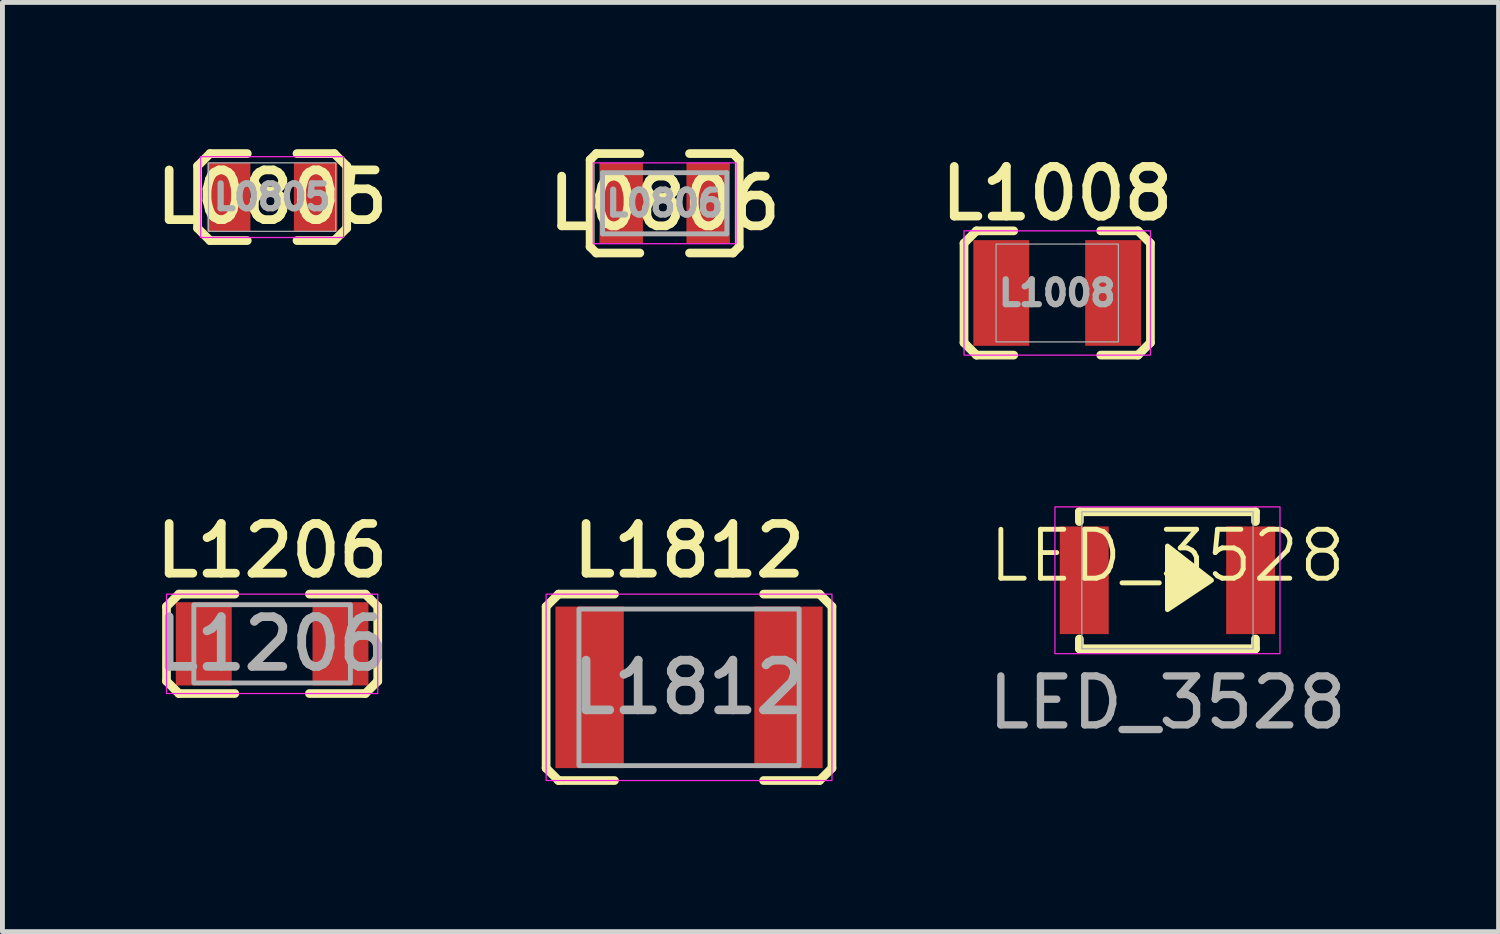
<source format=kicad_pcb>
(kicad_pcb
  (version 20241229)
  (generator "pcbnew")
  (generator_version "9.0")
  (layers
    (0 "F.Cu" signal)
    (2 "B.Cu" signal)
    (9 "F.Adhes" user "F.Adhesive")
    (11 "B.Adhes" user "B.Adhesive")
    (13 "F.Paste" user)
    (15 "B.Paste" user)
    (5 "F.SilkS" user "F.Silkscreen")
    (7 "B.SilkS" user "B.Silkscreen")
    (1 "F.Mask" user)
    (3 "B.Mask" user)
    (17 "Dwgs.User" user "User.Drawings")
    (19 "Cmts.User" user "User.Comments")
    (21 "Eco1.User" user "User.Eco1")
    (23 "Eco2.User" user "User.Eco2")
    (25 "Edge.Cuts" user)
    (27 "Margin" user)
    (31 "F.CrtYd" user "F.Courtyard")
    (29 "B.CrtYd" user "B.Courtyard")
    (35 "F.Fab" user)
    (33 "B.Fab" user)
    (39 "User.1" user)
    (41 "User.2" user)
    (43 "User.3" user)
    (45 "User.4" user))
  (footprint "LED_3528"
    (layer "F.Cu")
    (at 20.811 8.81)
    (property "Reference" "LED_3528" (at 0 -0.5 0) (unlocked yes) (layer "F.SilkS") (effects (font (size 1 1) (thickness 0.1))))
    (attr smd)
    (fp_line (start -1.8 -1.4) (end -1.8 -1.2) (stroke (width 0.178) (type solid)) (layer "F.SilkS"))
    (fp_line (start -1.8 1.2) (end -1.8 1.4) (stroke (width 0.178) (type solid)) (layer "F.SilkS"))
    (fp_line (start -1.8 1.4) (end 1.8 1.4) (stroke (width 0.178) (type solid)) (layer "F.SilkS"))
    (fp_line (start 1.8 -1.4) (end -1.8 -1.4) (stroke (width 0.178) (type solid)) (layer "F.SilkS"))
    (fp_line (start 1.8 -1.2) (end 1.8 -1.4) (stroke (width 0.178) (type solid)) (layer "F.SilkS"))
    (fp_line (start 1.8 1.4) (end 1.8 1.2) (stroke (width 0.178) (type solid)) (layer "F.SilkS"))
    (fp_poly (pts (xy 0 -0.7) (xy 0 0.6) (xy 0.9 0)) (stroke (width 0.1) (type solid)) (fill yes) (layer "F.SilkS"))
    (fp_rect (start -2.3 -1.5) (end 2.3 1.5) (stroke (width 0.025) (type solid)) (fill no) (layer "F.CrtYd"))
    (fp_rect (start -1.75 -1.4) (end 1.75 1.4) (stroke (width 0.025) (type solid)) (fill no) (layer "F.Fab"))
    (fp_text user "${REFERENCE}" (at 0 2.5 0) (unlocked yes) (layer "F.Fab") (effects (font (size 1 1) (thickness 0.15))))
    (pad "A" smd rect (at -1.7 0) (size 1 2.2) (layers "F.Cu" "F.Mask" "F.Paste"))
    (pad "K" smd rect (at 1.7 0) (size 1 2.2) (layers "F.Cu" "F.Mask" "F.Paste")))
  (footprint "L0805"
    (layer "F.Cu")
    (at 2.512 0.978)
    (property "Reference" "L0805" (at 0 0 0) (layer "F.SilkS") (effects (font (size 1.016 1.016) (thickness 0.178))))
    (attr smd)
    (fp_line (start -1.524 -0.635) (end -1.524 0.635) (stroke (width 0.178) (type solid)) (layer "F.SilkS"))
    (fp_line (start -1.524 -0.635) (end -1.27 -0.889) (stroke (width 0.178) (type solid)) (layer "F.SilkS"))
    (fp_line (start -1.524 0.635) (end -1.27 0.889) (stroke (width 0.178) (type solid)) (layer "F.SilkS"))
    (fp_line (start -1.27 -0.889) (end -0.508 -0.889) (stroke (width 0.178) (type solid)) (layer "F.SilkS"))
    (fp_line (start -1.27 0.889) (end -0.508 0.889) (stroke (width 0.178) (type solid)) (layer "F.SilkS"))
    (fp_line (start 0.508 -0.889) (end 1.27 -0.889) (stroke (width 0.178) (type solid)) (layer "F.SilkS"))
    (fp_line (start 0.508 0.889) (end 1.27 0.889) (stroke (width 0.178) (type solid)) (layer "F.SilkS"))
    (fp_line (start 1.27 -0.889) (end 1.524 -0.635) (stroke (width 0.178) (type solid)) (layer "F.SilkS"))
    (fp_line (start 1.27 0.889) (end 1.524 0.635) (stroke (width 0.178) (type solid)) (layer "F.SilkS"))
    (fp_line (start 1.524 -0.635) (end 1.524 0.635) (stroke (width 0.178) (type solid)) (layer "F.SilkS"))
    (fp_rect (start -1.46 -0.826) (end 1.46 0.826) (stroke (width 0.025) (type solid)) (fill no) (layer "F.CrtYd"))
    (fp_rect (start -1.3 -0.7) (end 1.3 0.7) (stroke (width 0.025) (type solid)) (fill no) (layer "F.Fab"))
    (fp_text user "${REFERENCE}" (at 0 0 0) (layer "F.Fab") (effects (font (size 0.508 0.508) (thickness 0.127))))
    (pad "1" smd rect (at -0.889 0) (size 0.889 1.397) (layers "F.Cu" "F.Mask" "F.Paste"))
    (pad "2" smd rect (at 0.889 0) (size 0.889 1.397) (layers "F.Cu" "F.Mask" "F.Paste"))
    (zone (net_name "") (layer "F.Cu") (hatch full 0.5) (connect_pads) (min_thickness 0.25) (filled_areas_thickness no) (keepout (tracks allowed) (vias allowed) (pads allowed) (copperpour not_allowed) (footprints allowed)) (placement (enabled no)) (fill) (polygon (pts (xy 2.312 0.278) (xy 2.312 1.678) (xy 2.712 1.678) (xy 2.712 0.278)))))
  (footprint "L0806"
    (layer "F.Cu")
    (at 10.535 1.105)
    (property "Reference" "L0806" (at 0 0 0) (layer "F.SilkS") (effects (font (size 1.016 1.016) (thickness 0.178))))
    (attr smd)
    (fp_line (start -1.524 -0.889) (end -1.524 0.889) (stroke (width 0.178) (type solid)) (layer "F.SilkS"))
    (fp_line (start -1.524 -0.889) (end -1.397 -1.016) (stroke (width 0.178) (type solid)) (layer "F.SilkS"))
    (fp_line (start -1.524 0.889) (end -1.397 1.016) (stroke (width 0.178) (type solid)) (layer "F.SilkS"))
    (fp_line (start -1.397 -1.016) (end -0.508 -1.016) (stroke (width 0.178) (type solid)) (layer "F.SilkS"))
    (fp_line (start -1.397 1.016) (end -0.508 1.016) (stroke (width 0.178) (type solid)) (layer "F.SilkS"))
    (fp_line (start 0.508 -1.016) (end 1.397 -1.016) (stroke (width 0.178) (type solid)) (layer "F.SilkS"))
    (fp_line (start 0.508 1.016) (end 1.397 1.016) (stroke (width 0.178) (type solid)) (layer "F.SilkS"))
    (fp_line (start 1.397 -1.016) (end 1.524 -0.889) (stroke (width 0.178) (type solid)) (layer "F.SilkS"))
    (fp_line (start 1.397 1.016) (end 1.524 0.889) (stroke (width 0.178) (type solid)) (layer "F.SilkS"))
    (fp_line (start 1.524 -0.889) (end 1.524 0.889) (stroke (width 0.178) (type solid)) (layer "F.SilkS"))
    (fp_rect (start -1.46 -0.826) (end 1.46 0.826) (stroke (width 0.025) (type solid)) (fill no) (layer "F.CrtYd"))
    (fp_line (start -1.27 -0.625) (end 1.27 -0.625) (stroke (width 0.1) (type solid)) (layer "F.Fab"))
    (fp_line (start -1.27 0.625) (end -1.27 -0.625) (stroke (width 0.1) (type solid)) (layer "F.Fab"))
    (fp_line (start 1.27 -0.625) (end 1.27 0.625) (stroke (width 0.1) (type solid)) (layer "F.Fab"))
    (fp_line (start 1.27 0.625) (end -1.27 0.625) (stroke (width 0.1) (type solid)) (layer "F.Fab"))
    (fp_text user "${REFERENCE}" (at 0 0 0) (layer "F.Fab") (effects (font (size 0.508 0.508) (thickness 0.127))))
    (pad "1" smd rect (at -0.889 0) (size 0.889 1.651) (layers "F.Cu" "F.Mask" "F.Paste"))
    (pad "2" smd rect (at 0.889 0) (size 0.889 1.651) (layers "F.Cu" "F.Mask" "F.Paste"))
    (zone (net_name "") (layer "F.Cu") (hatch full 0.5) (connect_pads) (min_thickness 0.25) (filled_areas_thickness no) (keepout (tracks allowed) (vias allowed) (pads allowed) (copperpour not_allowed) (footprints allowed)) (placement (enabled no)) (fill) (polygon (pts (xy 10.335 0.405) (xy 10.335 1.805) (xy 10.735 1.805) (xy 10.735 0.405)))))
  (footprint "L1206"
    (layer "F.Cu")
    (at 2.512 10.109)
    (property "Reference" "L1206" (at 0 -1.905 0) (layer "F.SilkS") (effects (font (size 1.016 1.016) (thickness 0.178))))
    (attr smd)
    (fp_line (start -2.159 -0.762) (end -2.159 0.762) (stroke (width 0.178) (type solid)) (layer "F.SilkS"))
    (fp_line (start -2.159 -0.762) (end -1.905 -1.016) (stroke (width 0.178) (type solid)) (layer "F.SilkS"))
    (fp_line (start -1.905 1.016) (end -2.159 0.762) (stroke (width 0.178) (type solid)) (layer "F.SilkS"))
    (fp_line (start -0.762 -1.016) (end -1.905 -1.016) (stroke (width 0.178) (type solid)) (layer "F.SilkS"))
    (fp_line (start -0.762 1.016) (end -1.905 1.016) (stroke (width 0.178) (type solid)) (layer "F.SilkS"))
    (fp_line (start 1.905 -1.016) (end 0.762 -1.016) (stroke (width 0.178) (type solid)) (layer "F.SilkS"))
    (fp_line (start 1.905 -1.016) (end 2.159 -0.762) (stroke (width 0.178) (type solid)) (layer "F.SilkS"))
    (fp_line (start 1.905 1.016) (end 0.762 1.016) (stroke (width 0.178) (type solid)) (layer "F.SilkS"))
    (fp_line (start 1.905 1.016) (end 2.159 0.762) (stroke (width 0.178) (type solid)) (layer "F.SilkS"))
    (fp_line (start 2.159 -0.762) (end 2.159 0.762) (stroke (width 0.178) (type solid)) (layer "F.SilkS"))
    (fp_rect (start -2.159 -1.016) (end 2.159 1.016) (stroke (width 0.025) (type solid)) (fill no) (layer "F.CrtYd"))
    (fp_rect (start -1.6 -0.8) (end 1.6 0.8) (stroke (width 0.1) (type solid)) (fill no) (layer "F.Fab"))
    (fp_text user "${REFERENCE}" (at 0 0 0) (layer "F.Fab") (effects (font (size 1.016 1.016) (thickness 0.178))))
    (pad "1" smd rect (at -1.397 0) (size 1.143 1.702) (layers "F.Cu" "F.Mask" "F.Paste"))
    (pad "2" smd rect (at 1.397 0) (size 1.143 1.702) (layers "F.Cu" "F.Mask" "F.Paste")))
  (footprint "L1812"
    (layer "F.Cu")
    (at 11.033 10.998)
    (property "Reference" "L1812" (at 0 -2.794 0) (unlocked yes) (layer "F.SilkS") (effects (font (size 1.016 1.016) (thickness 0.178))))
    (attr smd)
    (fp_line (start -2.921 -1.651) (end -2.667 -1.905) (stroke (width 0.178) (type solid)) (layer "F.SilkS"))
    (fp_line (start -2.921 1.651) (end -2.921 -1.651) (stroke (width 0.178) (type solid)) (layer "F.SilkS"))
    (fp_line (start -2.667 -1.905) (end -1.524 -1.905) (stroke (width 0.178) (type solid)) (layer "F.SilkS"))
    (fp_line (start -2.667 1.905) (end -2.921 1.651) (stroke (width 0.178) (type solid)) (layer "F.SilkS"))
    (fp_line (start -2.667 1.905) (end -1.524 1.905) (stroke (width 0.178) (type solid)) (layer "F.SilkS"))
    (fp_line (start 1.524 -1.905) (end 2.667 -1.905) (stroke (width 0.178) (type solid)) (layer "F.SilkS"))
    (fp_line (start 1.524 1.905) (end 2.667 1.905) (stroke (width 0.178) (type solid)) (layer "F.SilkS"))
    (fp_line (start 2.667 -1.905) (end 2.921 -1.651) (stroke (width 0.178) (type solid)) (layer "F.SilkS"))
    (fp_line (start 2.667 1.905) (end 2.921 1.651) (stroke (width 0.178) (type solid)) (layer "F.SilkS"))
    (fp_line (start 2.921 1.651) (end 2.921 -1.651) (stroke (width 0.178) (type solid)) (layer "F.SilkS"))
    (fp_rect (start -2.921 -1.905) (end 2.921 1.905) (stroke (width 0.025) (type solid)) (fill no) (layer "F.CrtYd"))
    (fp_rect (start -2.25 -1.6) (end 2.25 1.6) (stroke (width 0.1) (type solid)) (fill no) (layer "F.Fab"))
    (fp_text user "${REFERENCE}" (at 0 0 0) (unlocked yes) (layer "F.Fab") (effects (font (size 1.016 1.016) (thickness 0.178))))
    (pad "1" smd rect (at -2.032 0) (size 1.397 3.302) (layers "F.Cu" "F.Mask" "F.Paste"))
    (pad "2" smd rect (at 2.032 0) (size 1.397 3.302) (layers "F.Cu" "F.Mask" "F.Paste")))
  (footprint "L1008"
    (layer "F.Cu")
    (at 18.558 2.938)
    (property "Reference" "L1008" (at 0 -2.032 0) (unlocked yes) (layer "F.SilkS") (effects (font (size 1.016 1.016) (thickness 0.178))))
    (attr smd)
    (fp_line (start -1.905 -1.016) (end -1.651 -1.27) (stroke (width 0.178) (type solid)) (layer "F.SilkS"))
    (fp_line (start -1.905 -1.016) (end -1.905 1.016) (stroke (width 0.178) (type solid)) (layer "F.SilkS"))
    (fp_line (start -1.651 1.27) (end -1.905 1.016) (stroke (width 0.178) (type solid)) (layer "F.SilkS"))
    (fp_line (start -1.651 -1.27) (end -0.889 -1.27) (stroke (width 0.178) (type solid)) (layer "F.SilkS"))
    (fp_line (start -1.651 1.27) (end -0.889 1.27) (stroke (width 0.178) (type solid)) (layer "F.SilkS"))
    (fp_line (start 0.889 1.27) (end 1.651 1.27) (stroke (width 0.178) (type solid)) (layer "F.SilkS"))
    (fp_line (start 0.889 -1.27) (end 1.651 -1.27) (stroke (width 0.178) (type solid)) (layer "F.SilkS"))
    (fp_line (start 1.651 -1.27) (end 1.905 -1.016) (stroke (width 0.178) (type solid)) (layer "F.SilkS"))
    (fp_line (start 1.651 1.27) (end 1.905 1.016) (stroke (width 0.178) (type solid)) (layer "F.SilkS"))
    (fp_line (start 1.905 -1.016) (end 1.905 1.016) (stroke (width 0.178) (type solid)) (layer "F.SilkS"))
    (fp_rect (start -1.905 -1.27) (end 1.905 1.27) (stroke (width 0.025) (type solid)) (fill no) (layer "F.CrtYd"))
    (fp_rect (start -1.25 -1) (end 1.25 1) (stroke (width 0.025) (type solid)) (fill no) (layer "F.Fab"))
    (fp_text user "${REFERENCE}" (at 0 0 0) (unlocked yes) (layer "F.Fab") (effects (font (size 0.508 0.508) (thickness 0.127))))
    (pad "1" smd rect (at -1.143 0) (size 1.143 2.159) (layers "F.Cu" "F.Mask" "F.Paste"))
    (pad "2" smd rect (at 1.143 0) (size 1.143 2.159) (layers "F.Cu" "F.Mask" "F.Paste"))
    (zone (net_name "") (layer "F.Cu") (hatch edge 0.1) (connect_pads) (min_thickness 0.25) (filled_areas_thickness no) (keepout (tracks allowed) (vias allowed) (pads allowed) (copperpour not_allowed) (footprints allowed)) (placement (enabled no)) (fill) (polygon (pts (xy 18.058 4.038) (xy 19.058 4.038) (xy 19.058 1.838) (xy 18.058 1.838)))))
  (gr_rect
    (start -3 -3)
    (end 27.579 15.992)
    (stroke (width 0.1) (type default))
    (fill no)
    (layer "Edge.Cuts")))
</source>
